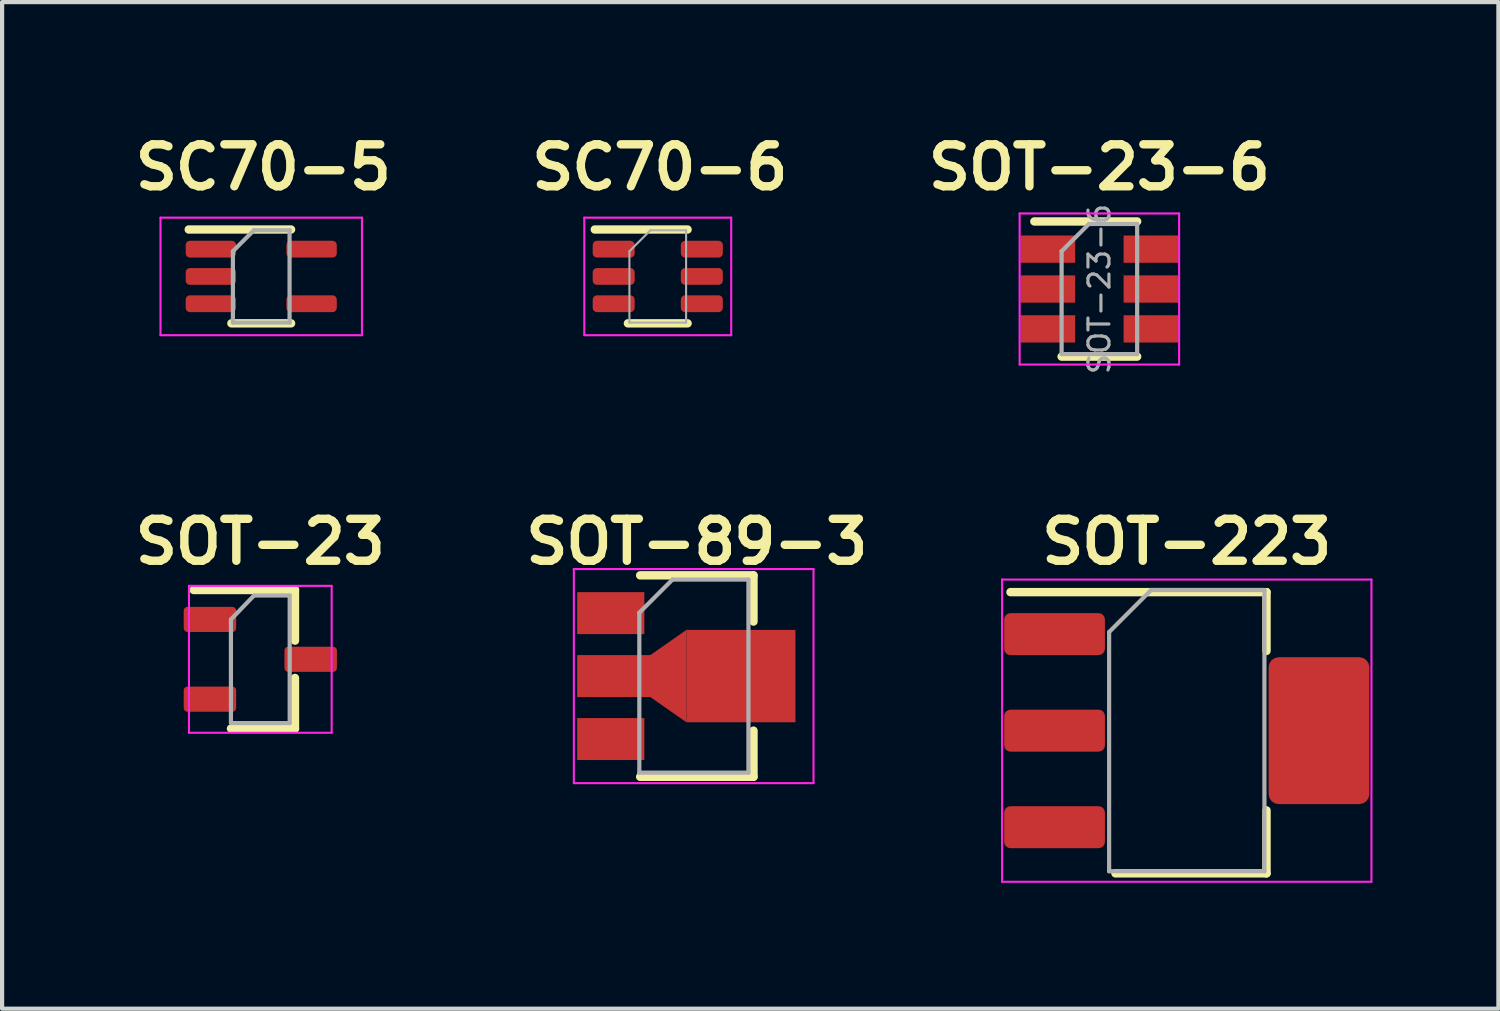
<source format=kicad_pcb>
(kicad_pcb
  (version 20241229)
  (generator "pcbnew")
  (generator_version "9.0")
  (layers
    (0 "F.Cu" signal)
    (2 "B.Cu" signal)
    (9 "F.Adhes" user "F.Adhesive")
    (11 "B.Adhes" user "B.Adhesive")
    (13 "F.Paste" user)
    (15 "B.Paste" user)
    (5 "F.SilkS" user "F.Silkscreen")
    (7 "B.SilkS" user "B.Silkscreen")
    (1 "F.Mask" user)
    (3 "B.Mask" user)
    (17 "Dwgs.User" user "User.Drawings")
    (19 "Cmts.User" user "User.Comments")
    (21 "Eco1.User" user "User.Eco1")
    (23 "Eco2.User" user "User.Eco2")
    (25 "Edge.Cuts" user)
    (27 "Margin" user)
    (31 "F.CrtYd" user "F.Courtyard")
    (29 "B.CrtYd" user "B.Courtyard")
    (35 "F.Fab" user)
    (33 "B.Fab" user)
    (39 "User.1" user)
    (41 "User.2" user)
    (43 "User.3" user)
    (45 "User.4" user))
  (footprint "SOT-23-6"
    (layer "F.Cu")
    (at 23.143 3.836)
    (property "Reference" "SOT-23-6" (at 0 -2.9 0) (layer "F.SilkS") (effects (font (size 1 1) (thickness 0.2))))
    (attr smd)
    (fp_line (start -0.9 1.61) (end 0.9 1.61) (stroke (width 0.2) (type solid)) (layer "F.SilkS"))
    (fp_line (start 0.9 -1.61) (end -1.55 -1.61) (stroke (width 0.2) (type solid)) (layer "F.SilkS"))
    (fp_line (start -1.9 -1.8) (end -1.9 1.8) (stroke (width 0.05) (type solid)) (layer "F.CrtYd"))
    (fp_line (start -1.9 1.8) (end 1.9 1.8) (stroke (width 0.05) (type solid)) (layer "F.CrtYd"))
    (fp_line (start 1.9 -1.8) (end -1.9 -1.8) (stroke (width 0.05) (type solid)) (layer "F.CrtYd"))
    (fp_line (start 1.9 1.8) (end 1.9 -1.8) (stroke (width 0.05) (type solid)) (layer "F.CrtYd"))
    (fp_line (start -0.9 -0.9) (end -0.9 1.55) (stroke (width 0.1) (type solid)) (layer "F.Fab"))
    (fp_line (start -0.9 -0.9) (end -0.25 -1.55) (stroke (width 0.1) (type solid)) (layer "F.Fab"))
    (fp_line (start 0.9 -1.55) (end -0.25 -1.55) (stroke (width 0.1) (type solid)) (layer "F.Fab"))
    (fp_line (start 0.9 -1.55) (end 0.9 1.55) (stroke (width 0.1) (type solid)) (layer "F.Fab"))
    (fp_line (start 0.9 1.55) (end -0.9 1.55) (stroke (width 0.1) (type solid)) (layer "F.Fab"))
    (fp_text user "${REFERENCE}" (at 0 0 90) (layer "F.Fab") (effects (font (size 0.5 0.5) (thickness 0.075))))
    (pad "1" smd rect (at -1.227 -0.95) (size 1.3 0.65) (layers "F.Cu" "F.Mask" "F.Paste"))
    (pad "2" smd rect (at -1.227 0) (size 1.3 0.65) (layers "F.Cu" "F.Mask" "F.Paste"))
    (pad "3" smd rect (at -1.227 0.95) (size 1.3 0.65) (layers "F.Cu" "F.Mask" "F.Paste"))
    (pad "4" smd rect (at 1.227 0.95) (size 1.3 0.65) (layers "F.Cu" "F.Mask" "F.Paste"))
    (pad "5" smd rect (at 1.227 0) (size 1.3 0.65) (layers "F.Cu" "F.Mask" "F.Paste"))
    (pad "6" smd rect (at 1.227 -0.95) (size 1.3 0.65) (layers "F.Cu" "F.Mask" "F.Paste")))
  (footprint "SOT-223"
    (layer "F.Cu")
    (at 25.225 14.358)
    (property "Reference" "SOT-223" (at 0 -4.5 0) (layer "F.SilkS") (effects (font (size 1 1) (thickness 0.2))))
    (attr smd)
    (fp_line (start -1.7 3.4) (end 1.9 3.4) (stroke (width 0.2) (type solid)) (layer "F.SilkS"))
    (fp_line (start 1.9 -3.3) (end -4.2 -3.3) (stroke (width 0.2) (type solid)) (layer "F.SilkS"))
    (fp_line (start 1.9 -3.3) (end 1.9 -1.9) (stroke (width 0.2) (type solid)) (layer "F.SilkS"))
    (fp_line (start 1.9 3.4) (end 1.9 1.9) (stroke (width 0.2) (type solid)) (layer "F.SilkS"))
    (fp_line (start -4.4 -3.6) (end -4.4 3.6) (stroke (width 0.05) (type solid)) (layer "F.CrtYd"))
    (fp_line (start -4.4 3.6) (end 4.4 3.6) (stroke (width 0.05) (type solid)) (layer "F.CrtYd"))
    (fp_line (start 4.4 -3.6) (end -4.4 -3.6) (stroke (width 0.05) (type solid)) (layer "F.CrtYd"))
    (fp_line (start 4.4 3.6) (end 4.4 -3.6) (stroke (width 0.05) (type solid)) (layer "F.CrtYd"))
    (fp_line (start -1.85 -2.35) (end -1.85 3.35) (stroke (width 0.1) (type solid)) (layer "F.Fab"))
    (fp_line (start -1.85 -2.35) (end -0.85 -3.35) (stroke (width 0.1) (type solid)) (layer "F.Fab"))
    (fp_line (start -1.85 3.35) (end 1.85 3.35) (stroke (width 0.1) (type solid)) (layer "F.Fab"))
    (fp_line (start -0.85 -3.35) (end 1.85 -3.35) (stroke (width 0.1) (type solid)) (layer "F.Fab"))
    (fp_line (start 1.85 -3.35) (end 1.85 3.35) (stroke (width 0.1) (type solid)) (layer "F.Fab"))
    (pad "1" smd roundrect (at -3.15 -2.3) (size 2.4 1) (layers "F.Cu" "F.Mask" "F.Paste") (roundrect_rratio 0.15))
    (pad "2" smd roundrect (at -3.15 0) (size 2.4 1) (layers "F.Cu" "F.Mask" "F.Paste") (roundrect_rratio 0.15))
    (pad "2" smd roundrect (at 3.15 0) (size 2.4 3.5) (layers "F.Cu" "F.Mask" "F.Paste") (roundrect_rratio 0.1))
    (pad "3" smd roundrect (at -3.15 2.3) (size 2.4 1) (layers "F.Cu" "F.Mask" "F.Paste") (roundrect_rratio 0.15)))
  (footprint "SC70-6"
    (layer "F.Cu")
    (at 12.621 3.536)
    (property "Reference" "SC70-6" (at 0.05 -2.6 0) (layer "F.SilkS") (effects (font (size 1 1) (thickness 0.2))))
    (attr smd)
    (fp_line (start 0.711 -1.118) (end -1.5 -1.118) (stroke (width 0.2) (type solid)) (layer "F.SilkS"))
    (fp_line (start 0.711 1.118) (end -0.711 1.118) (stroke (width 0.2) (type solid)) (layer "F.SilkS"))
    (fp_line (start -1.75 -1.4) (end -1.75 1.4) (stroke (width 0.05) (type solid)) (layer "F.CrtYd"))
    (fp_line (start -1.75 -1.4) (end 1.75 -1.4) (stroke (width 0.05) (type solid)) (layer "F.CrtYd"))
    (fp_line (start -1.75 1.4) (end 1.75 1.4) (stroke (width 0.05) (type solid)) (layer "F.CrtYd"))
    (fp_line (start 1.75 1.4) (end 1.75 -1.4) (stroke (width 0.05) (type solid)) (layer "F.CrtYd"))
    (fp_line (start -0.675 -0.6) (end -0.675 1.1) (stroke (width 0.05) (type solid)) (layer "F.Fab"))
    (fp_line (start -0.175 -1.1) (end -0.675 -0.6) (stroke (width 0.05) (type solid)) (layer "F.Fab"))
    (fp_line (start 0.675 -1.1) (end -0.175 -1.1) (stroke (width 0.05) (type solid)) (layer "F.Fab"))
    (fp_line (start 0.675 -1.1) (end 0.675 1.1) (stroke (width 0.05) (type solid)) (layer "F.Fab"))
    (fp_line (start 0.675 1.1) (end -0.675 1.1) (stroke (width 0.05) (type solid)) (layer "F.Fab"))
    (pad "1" smd roundrect (at -1.05 -0.65) (size 1 0.4) (layers "F.Cu" "F.Mask" "F.Paste") (roundrect_rratio 0.25))
    (pad "2" smd roundrect (at -1.05 0) (size 1 0.4) (layers "F.Cu" "F.Mask" "F.Paste") (roundrect_rratio 0.25))
    (pad "3" smd roundrect (at -1.05 0.65) (size 1 0.4) (layers "F.Cu" "F.Mask" "F.Paste") (roundrect_rratio 0.25))
    (pad "4" smd roundrect (at 1.05 0.65) (size 1 0.4) (layers "F.Cu" "F.Mask" "F.Paste") (roundrect_rratio 0.25))
    (pad "5" smd roundrect (at 1.05 0) (size 1 0.4) (layers "F.Cu" "F.Mask" "F.Paste") (roundrect_rratio 0.25))
    (pad "6" smd roundrect (at 1.05 -0.65) (size 1 0.4) (layers "F.Cu" "F.Mask" "F.Paste") (roundrect_rratio 0.25)))
  (footprint "SOT-89-3"
    (layer "F.Cu")
    (at 13.102 13.058)
    (property "Reference" "SOT-89-3" (at 0.45 -3.2 0) (layer "F.SilkS") (effects (font (size 1 1) (thickness 0.2))))
    (attr smd)
    (fp_line (start 1.8 -2.4) (end -0.9 -2.4) (stroke (width 0.2) (type solid)) (layer "F.SilkS"))
    (fp_line (start 1.8 -1.3) (end 1.8 -2.4) (stroke (width 0.2) (type solid)) (layer "F.SilkS"))
    (fp_line (start 1.8 1.3) (end 1.8 2.4) (stroke (width 0.2) (type solid)) (layer "F.SilkS"))
    (fp_line (start 1.8 2.4) (end -0.9 2.4) (stroke (width 0.2) (type solid)) (layer "F.SilkS"))
    (fp_line (start -2.48 2.55) (end -2.48 -2.55) (stroke (width 0.05) (type solid)) (layer "F.CrtYd"))
    (fp_line (start -2.48 2.55) (end 3.23 2.55) (stroke (width 0.05) (type solid)) (layer "F.CrtYd"))
    (fp_line (start 3.23 -2.55) (end -2.48 -2.55) (stroke (width 0.05) (type solid)) (layer "F.CrtYd"))
    (fp_line (start 3.23 -2.55) (end 3.23 2.55) (stroke (width 0.05) (type solid)) (layer "F.CrtYd"))
    (fp_line (start -0.92 -1.51) (end -0.13 -2.3) (stroke (width 0.1) (type solid)) (layer "F.Fab"))
    (fp_line (start -0.92 2.3) (end -0.92 -1.51) (stroke (width 0.1) (type solid)) (layer "F.Fab"))
    (fp_line (start -0.13 -2.3) (end 1.68 -2.3) (stroke (width 0.1) (type solid)) (layer "F.Fab"))
    (fp_line (start 1.68 -2.3) (end 1.68 2.3) (stroke (width 0.1) (type solid)) (layer "F.Fab"))
    (fp_line (start 1.68 2.3) (end -0.92 2.3) (stroke (width 0.1) (type solid)) (layer "F.Fab"))
    (pad "1" smd rect (at -1.6 -1.5 270) (size 1 1.6) (layers "F.Cu" "F.Mask" "F.Paste"))
    (pad "2" smd rect (at -1.5 0 270) (size 1 1.8) (layers "F.Cu" "F.Mask" "F.Paste"))
    (pad "2" smd trapezoid (at -0.3 0 90) (size 1.5 1) (rect_delta 0 0.7) (layers "F.Cu" "F.Mask" "F.Paste"))
    (pad "2" smd rect (at 1.5 0 270) (size 2.2 2.6) (layers "F.Cu" "F.Mask" "F.Paste"))
    (pad "3" smd rect (at -1.6 1.5 270) (size 1 1.6) (layers "F.Cu" "F.Mask" "F.Paste")))
  (footprint "SC70-5"
    (layer "F.Cu")
    (at 3.174 3.536)
    (property "Reference" "SC70-5" (at 0.05 -2.6 0) (layer "F.SilkS") (effects (font (size 1 1) (thickness 0.2))))
    (attr smd)
    (fp_line (start 0.711 -1.118) (end -1.727 -1.118) (stroke (width 0.2) (type solid)) (layer "F.SilkS"))
    (fp_line (start 0.711 1.118) (end -0.711 1.118) (stroke (width 0.2) (type solid)) (layer "F.SilkS"))
    (fp_line (start -2.4 -1.4) (end -2.4 1.4) (stroke (width 0.05) (type solid)) (layer "F.CrtYd"))
    (fp_line (start -2.4 -1.4) (end 2.4 -1.4) (stroke (width 0.05) (type solid)) (layer "F.CrtYd"))
    (fp_line (start -2.4 1.4) (end 2.4 1.4) (stroke (width 0.05) (type solid)) (layer "F.CrtYd"))
    (fp_line (start 2.4 1.4) (end 2.4 -1.4) (stroke (width 0.05) (type solid)) (layer "F.CrtYd"))
    (fp_line (start -0.675 -0.6) (end -0.675 1.1) (stroke (width 0.1) (type solid)) (layer "F.Fab"))
    (fp_line (start -0.175 -1.1) (end -0.675 -0.6) (stroke (width 0.1) (type solid)) (layer "F.Fab"))
    (fp_line (start 0.675 -1.1) (end -0.175 -1.1) (stroke (width 0.1) (type solid)) (layer "F.Fab"))
    (fp_line (start 0.675 -1.1) (end 0.675 1.1) (stroke (width 0.1) (type solid)) (layer "F.Fab"))
    (fp_line (start 0.675 1.1) (end -0.675 1.1) (stroke (width 0.1) (type solid)) (layer "F.Fab"))
    (pad "1" smd roundrect (at -1.2 -0.65) (size 1.2 0.4) (layers "F.Cu" "F.Mask" "F.Paste") (roundrect_rratio 0.25))
    (pad "2" smd roundrect (at -1.2 0) (size 1.2 0.4) (layers "F.Cu" "F.Mask" "F.Paste") (roundrect_rratio 0.25))
    (pad "3" smd roundrect (at -1.2 0.65) (size 1.2 0.4) (layers "F.Cu" "F.Mask" "F.Paste") (roundrect_rratio 0.25))
    (pad "4" smd roundrect (at 1.2 0.65) (size 1.2 0.4) (layers "F.Cu" "F.Mask" "F.Paste") (roundrect_rratio 0.25))
    (pad "5" smd roundrect (at 1.2 -0.65) (size 1.2 0.4) (layers "F.Cu" "F.Mask" "F.Paste") (roundrect_rratio 0.25)))
  (footprint "SOT-23"
    (layer "F.Cu")
    (at 3.152 12.658)
    (property "Reference" "SOT-23" (at 0 -2.8 0) (layer "F.SilkS") (effects (font (size 1 1) (thickness 0.2))))
    (attr smd)
    (fp_line (start 0.826 -1.651) (end -1.587 -1.651) (stroke (width 0.2) (type solid)) (layer "F.SilkS"))
    (fp_line (start 0.826 -0.445) (end 0.826 -1.651) (stroke (width 0.2) (type solid)) (layer "F.SilkS"))
    (fp_line (start 0.826 0.445) (end 0.826 1.651) (stroke (width 0.2) (type solid)) (layer "F.SilkS"))
    (fp_line (start 0.826 1.651) (end -0.699 1.651) (stroke (width 0.2) (type solid)) (layer "F.SilkS"))
    (fp_line (start -1.7 -1.75) (end 1.7 -1.75) (stroke (width 0.05) (type solid)) (layer "F.CrtYd"))
    (fp_line (start -1.7 1.75) (end -1.7 -1.75) (stroke (width 0.05) (type solid)) (layer "F.CrtYd"))
    (fp_line (start 1.7 -1.75) (end 1.7 1.75) (stroke (width 0.05) (type solid)) (layer "F.CrtYd"))
    (fp_line (start 1.7 1.75) (end -1.7 1.75) (stroke (width 0.05) (type solid)) (layer "F.CrtYd"))
    (fp_line (start -0.7 -0.95) (end -0.7 1.5) (stroke (width 0.1) (type solid)) (layer "F.Fab"))
    (fp_line (start -0.7 -0.95) (end -0.15 -1.52) (stroke (width 0.1) (type solid)) (layer "F.Fab"))
    (fp_line (start -0.7 1.52) (end 0.7 1.52) (stroke (width 0.1) (type solid)) (layer "F.Fab"))
    (fp_line (start -0.15 -1.52) (end 0.7 -1.52) (stroke (width 0.1) (type solid)) (layer "F.Fab"))
    (fp_line (start 0.7 -1.52) (end 0.7 1.52) (stroke (width 0.1) (type solid)) (layer "F.Fab"))
    (pad "1" smd roundrect (at -1.2 -0.95) (size 1.25 0.6) (layers "F.Cu" "F.Mask" "F.Paste") (roundrect_rratio 0.15))
    (pad "2" smd roundrect (at -1.2 0.95) (size 1.25 0.6) (layers "F.Cu" "F.Mask" "F.Paste") (roundrect_rratio 0.15))
    (pad "3" smd roundrect (at 1.2 0) (size 1.25 0.6) (layers "F.Cu" "F.Mask" "F.Paste") (roundrect_rratio 0.15)))
  (gr_rect
    (start -3 -3)
    (end 32.65 20.983)
    (stroke (width 0.1) (type default))
    (fill no)
    (layer "Edge.Cuts")))
</source>
